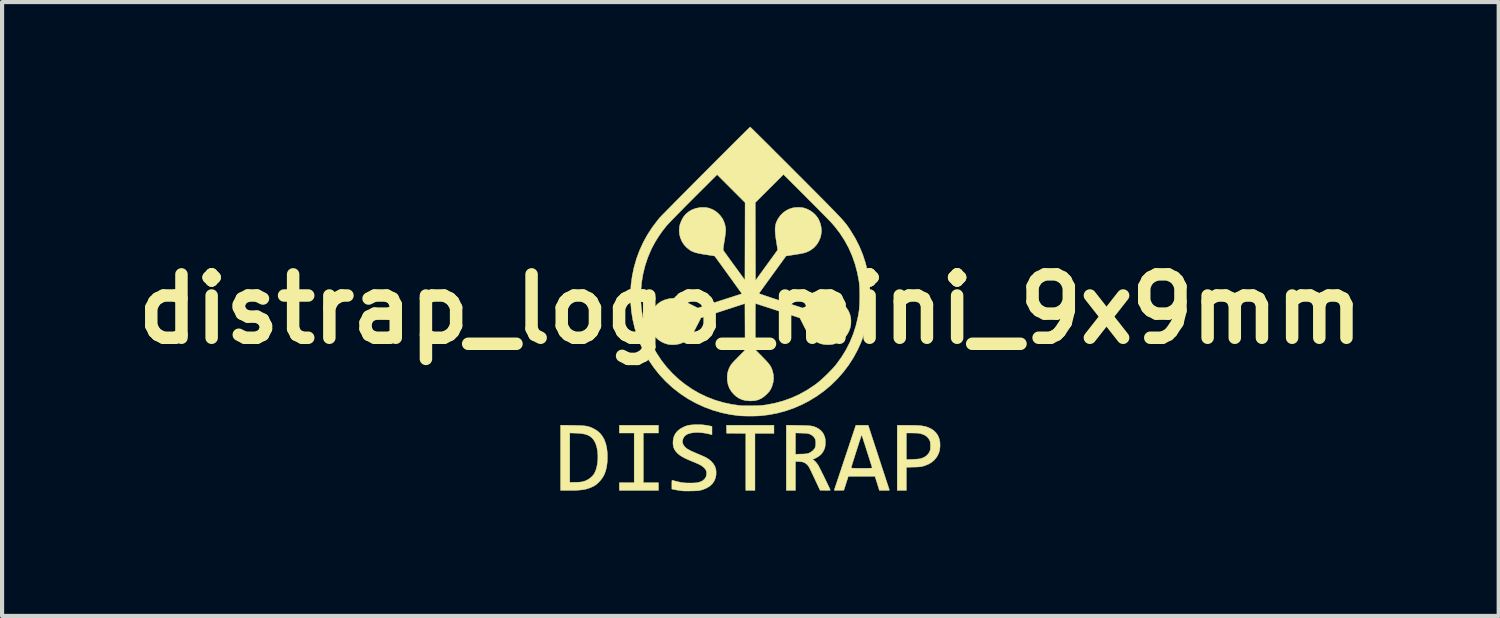
<source format=kicad_pcb>
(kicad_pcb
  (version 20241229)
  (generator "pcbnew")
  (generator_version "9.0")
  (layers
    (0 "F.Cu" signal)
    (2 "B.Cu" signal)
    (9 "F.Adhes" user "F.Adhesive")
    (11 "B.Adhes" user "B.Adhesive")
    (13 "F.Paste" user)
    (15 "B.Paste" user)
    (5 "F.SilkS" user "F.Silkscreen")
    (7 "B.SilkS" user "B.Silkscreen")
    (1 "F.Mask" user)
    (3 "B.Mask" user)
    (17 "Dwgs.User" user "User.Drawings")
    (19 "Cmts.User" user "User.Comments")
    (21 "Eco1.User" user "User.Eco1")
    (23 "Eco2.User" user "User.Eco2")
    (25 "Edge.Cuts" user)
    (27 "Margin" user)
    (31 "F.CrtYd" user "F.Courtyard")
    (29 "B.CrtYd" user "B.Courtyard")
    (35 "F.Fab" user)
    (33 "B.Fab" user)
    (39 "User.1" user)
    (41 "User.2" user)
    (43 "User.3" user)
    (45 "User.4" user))
  (footprint "distrap_logo_mini_9x9mm"
    (layer "F.Cu")
    (at 14.993 4.382)
    (property "Reference" "distrap_logo_mini_9x9mm" (at 0 0 0) (layer "F.SilkS") (effects (font (size 1.524 1.524) (thickness 0.3))))
    (attr through_hole)
    (fp_poly (pts (xy 0.567 2.989) (xy 0.11 2.989) (xy 0.11 4.36) (xy -0.11 4.36) (xy -0.11 2.989) (xy -0.341 2.987) (xy -0.572 2.985) (xy -0.576 2.794) (xy 0.567 2.794) (xy 0.567 2.989)) (stroke (width 0.01) (type solid)) (fill yes) (layer "F.SilkS"))
    (fp_poly (pts (xy -2.21 2.98) (xy -2.574 2.98) (xy -2.574 4.174) (xy -2.21 4.174) (xy -2.21 4.36) (xy -3.15 4.36) (xy -3.15 4.174) (xy -2.794 4.174) (xy -2.794 2.98) (xy -3.15 2.98) (xy -3.15 2.794) (xy -2.21 2.794) (xy -2.21 2.98)) (stroke (width 0.01) (type solid)) (fill yes) (layer "F.SilkS"))
    (fp_poly (pts (xy 3.782 2.794) (xy 3.879 2.795) (xy 3.96 2.796) (xy 4.029 2.799) (xy 4.087 2.803) (xy 4.138 2.81) (xy 4.182 2.818) (xy 4.222 2.828) (xy 4.252 2.837) (xy 4.336 2.873) (xy 4.408 2.92) (xy 4.466 2.977) (xy 4.511 3.044) (xy 4.542 3.121) (xy 4.559 3.206) (xy 4.561 3.298) (xy 4.553 3.377) (xy 4.536 3.446) (xy 4.508 3.51) (xy 4.478 3.561) (xy 4.425 3.627) (xy 4.361 3.682) (xy 4.286 3.727) (xy 4.197 3.764) (xy 4.17 3.772) (xy 4.142 3.78) (xy 4.116 3.786) (xy 4.089 3.791) (xy 4.058 3.794) (xy 4.02 3.796) (xy 3.97 3.798) (xy 3.922 3.799) (xy 3.751 3.804) (xy 3.751 4.36) (xy 3.531 4.36) (xy 3.531 2.98) (xy 3.751 2.98) (xy 3.751 3.618) (xy 3.901 3.613) (xy 3.963 3.61) (xy 4.017 3.606) (xy 4.061 3.602) (xy 4.091 3.596) (xy 4.096 3.595) (xy 4.168 3.569) (xy 4.227 3.533) (xy 4.273 3.488) (xy 4.308 3.432) (xy 4.308 3.43) (xy 4.318 3.407) (xy 4.325 3.386) (xy 4.329 3.362) (xy 4.33 3.33) (xy 4.33 3.289) (xy 4.329 3.244) (xy 4.327 3.21) (xy 4.322 3.185) (xy 4.315 3.163) (xy 4.312 3.158) (xy 4.279 3.102) (xy 4.233 3.057) (xy 4.175 3.022) (xy 4.103 2.998) (xy 4.102 2.997) (xy 4.072 2.99) (xy 4.04 2.986) (xy 4.004 2.982) (xy 3.96 2.981) (xy 3.902 2.98) (xy 3.893 2.98) (xy 3.751 2.98) (xy 3.531 2.98) (xy 3.531 2.794) (xy 3.782 2.794)) (stroke (width 0.01) (type solid)) (fill yes) (layer "F.SilkS"))
    (fp_poly (pts (xy -4.282 2.796) (xy -4.191 2.798) (xy -4.114 2.8) (xy -4.05 2.803) (xy -3.996 2.807) (xy -3.95 2.813) (xy -3.91 2.821) (xy -3.874 2.831) (xy -3.839 2.843) (xy -3.803 2.859) (xy -3.768 2.876) (xy -3.687 2.924) (xy -3.617 2.984) (xy -3.56 3.055) (xy -3.513 3.138) (xy -3.478 3.234) (xy -3.453 3.342) (xy -3.44 3.462) (xy -3.438 3.556) (xy -3.442 3.679) (xy -3.456 3.79) (xy -3.48 3.889) (xy -3.513 3.978) (xy -3.558 4.057) (xy -3.614 4.13) (xy -3.641 4.158) (xy -3.677 4.193) (xy -3.707 4.219) (xy -3.738 4.24) (xy -3.772 4.26) (xy -3.793 4.27) (xy -3.846 4.294) (xy -3.899 4.313) (xy -3.953 4.329) (xy -4.011 4.341) (xy -4.076 4.349) (xy -4.149 4.355) (xy -4.234 4.359) (xy -4.333 4.36) (xy -4.362 4.36) (xy -4.564 4.36) (xy -4.564 4.166) (xy -4.343 4.166) (xy -4.223 4.165) (xy -4.162 4.164) (xy -4.107 4.161) (xy -4.061 4.156) (xy -4.043 4.153) (xy -3.966 4.13) (xy -3.895 4.094) (xy -3.832 4.048) (xy -3.78 3.995) (xy -3.754 3.957) (xy -3.72 3.886) (xy -3.695 3.803) (xy -3.677 3.712) (xy -3.668 3.616) (xy -3.667 3.519) (xy -3.674 3.423) (xy -3.69 3.332) (xy -3.715 3.249) (xy -3.734 3.204) (xy -3.767 3.147) (xy -3.806 3.099) (xy -3.852 3.061) (xy -3.907 3.031) (xy -3.973 3.009) (xy -4.051 2.994) (xy -4.143 2.985) (xy -4.197 2.983) (xy -4.343 2.978) (xy -4.343 4.166) (xy -4.564 4.166) (xy -4.564 2.792) (xy -4.282 2.796)) (stroke (width 0.01) (type solid)) (fill yes) (layer "F.SilkS"))
    (fp_poly (pts (xy 3.086 3.567) (xy 3.122 3.677) (xy 3.156 3.783) (xy 3.189 3.883) (xy 3.22 3.976) (xy 3.248 4.062) (xy 3.273 4.139) (xy 3.295 4.205) (xy 3.313 4.26) (xy 3.327 4.304) (xy 3.337 4.333) (xy 3.342 4.348) (xy 3.342 4.35) (xy 3.34 4.354) (xy 3.328 4.357) (xy 3.305 4.359) (xy 3.269 4.36) (xy 3.223 4.36) (xy 3.101 4.36) (xy 3.095 4.337) (xy 3.091 4.322) (xy 3.082 4.293) (xy 3.07 4.255) (xy 3.056 4.21) (xy 3.043 4.168) (xy 2.996 4.022) (xy 2.355 4.022) (xy 2.301 4.189) (xy 2.247 4.356) (xy 2.13 4.358) (xy 2.082 4.359) (xy 2.049 4.359) (xy 2.028 4.357) (xy 2.018 4.354) (xy 2.017 4.35) (xy 2.02 4.341) (xy 2.028 4.316) (xy 2.041 4.278) (xy 2.058 4.227) (xy 2.079 4.165) (xy 2.103 4.092) (xy 2.131 4.009) (xy 2.161 3.919) (xy 2.194 3.821) (xy 2.195 3.816) (xy 2.423 3.816) (xy 2.425 3.819) (xy 2.432 3.822) (xy 2.445 3.824) (xy 2.466 3.825) (xy 2.497 3.826) (xy 2.539 3.827) (xy 2.594 3.827) (xy 2.664 3.827) (xy 2.675 3.827) (xy 2.748 3.827) (xy 2.805 3.827) (xy 2.849 3.826) (xy 2.881 3.826) (xy 2.903 3.824) (xy 2.917 3.822) (xy 2.925 3.82) (xy 2.928 3.816) (xy 2.927 3.812) (xy 2.927 3.809) (xy 2.922 3.791) (xy 2.912 3.76) (xy 2.899 3.718) (xy 2.883 3.667) (xy 2.865 3.609) (xy 2.845 3.545) (xy 2.823 3.478) (xy 2.801 3.409) (xy 2.779 3.34) (xy 2.758 3.273) (xy 2.738 3.211) (xy 2.719 3.154) (xy 2.704 3.105) (xy 2.691 3.066) (xy 2.681 3.038) (xy 2.676 3.024) (xy 2.675 3.023) (xy 2.672 3.031) (xy 2.665 3.053) (xy 2.653 3.087) (xy 2.639 3.132) (xy 2.621 3.185) (xy 2.602 3.246) (xy 2.581 3.311) (xy 2.559 3.379) (xy 2.537 3.448) (xy 2.515 3.516) (xy 2.495 3.582) (xy 2.475 3.643) (xy 2.458 3.698) (xy 2.444 3.744) (xy 2.433 3.781) (xy 2.425 3.805) (xy 2.424 3.811) (xy 2.423 3.816) (xy 2.195 3.816) (xy 2.228 3.717) (xy 2.264 3.609) (xy 2.278 3.567) (xy 2.536 2.794) (xy 2.833 2.794) (xy 3.086 3.567)) (stroke (width 0.01) (type solid)) (fill yes) (layer "F.SilkS"))
    (fp_poly (pts (xy 1.145 2.796) (xy 1.232 2.798) (xy 1.305 2.799) (xy 1.364 2.802) (xy 1.413 2.805) (xy 1.454 2.809) (xy 1.488 2.815) (xy 1.519 2.822) (xy 1.547 2.832) (xy 1.575 2.843) (xy 1.598 2.854) (xy 1.665 2.895) (xy 1.721 2.947) (xy 1.762 3.009) (xy 1.79 3.081) (xy 1.795 3.1) (xy 1.8 3.139) (xy 1.803 3.189) (xy 1.802 3.236) (xy 1.799 3.28) (xy 1.795 3.312) (xy 1.789 3.338) (xy 1.778 3.366) (xy 1.771 3.383) (xy 1.753 3.418) (xy 1.732 3.452) (xy 1.714 3.476) (xy 1.682 3.509) (xy 1.639 3.542) (xy 1.592 3.572) (xy 1.546 3.594) (xy 1.54 3.596) (xy 1.515 3.606) (xy 1.501 3.615) (xy 1.498 3.622) (xy 1.506 3.624) (xy 1.52 3.63) (xy 1.54 3.647) (xy 1.565 3.671) (xy 1.59 3.7) (xy 1.613 3.73) (xy 1.626 3.748) (xy 1.636 3.766) (xy 1.652 3.796) (xy 1.672 3.835) (xy 1.697 3.883) (xy 1.723 3.937) (xy 1.752 3.994) (xy 1.781 4.054) (xy 1.81 4.113) (xy 1.838 4.17) (xy 1.863 4.223) (xy 1.885 4.269) (xy 1.903 4.307) (xy 1.915 4.335) (xy 1.921 4.351) (xy 1.922 4.353) (xy 1.914 4.356) (xy 1.892 4.358) (xy 1.859 4.359) (xy 1.818 4.359) (xy 1.799 4.358) (xy 1.676 4.356) (xy 1.554 4.096) (xy 1.517 4.017) (xy 1.486 3.952) (xy 1.461 3.899) (xy 1.44 3.856) (xy 1.423 3.823) (xy 1.408 3.797) (xy 1.396 3.777) (xy 1.384 3.761) (xy 1.372 3.747) (xy 1.359 3.735) (xy 1.352 3.728) (xy 1.312 3.698) (xy 1.266 3.679) (xy 1.209 3.669) (xy 1.154 3.666) (xy 1.084 3.666) (xy 1.084 4.36) (xy 0.864 4.36) (xy 0.864 3.49) (xy 1.084 3.49) (xy 1.221 3.486) (xy 1.276 3.485) (xy 1.317 3.482) (xy 1.348 3.479) (xy 1.373 3.474) (xy 1.395 3.468) (xy 1.409 3.463) (xy 1.459 3.437) (xy 1.505 3.4) (xy 1.542 3.358) (xy 1.552 3.34) (xy 1.564 3.306) (xy 1.571 3.261) (xy 1.572 3.213) (xy 1.568 3.165) (xy 1.558 3.125) (xy 1.552 3.111) (xy 1.517 3.064) (xy 1.469 3.026) (xy 1.425 3.005) (xy 1.404 2.998) (xy 1.382 2.993) (xy 1.356 2.989) (xy 1.323 2.986) (xy 1.278 2.984) (xy 1.23 2.982) (xy 1.084 2.978) (xy 1.084 3.49) (xy 0.864 3.49) (xy 0.864 2.792) (xy 1.145 2.796)) (stroke (width 0.01) (type solid)) (fill yes) (layer "F.SilkS"))
    (fp_poly (pts (xy -1.136 2.784) (xy -1.051 2.795) (xy -0.967 2.811) (xy -0.923 2.821) (xy -0.923 3.02) (xy -1.004 3.001) (xy -1.089 2.983) (xy -1.176 2.972) (xy -1.26 2.966) (xy -1.336 2.968) (xy -1.371 2.971) (xy -1.445 2.984) (xy -1.504 3.003) (xy -1.551 3.028) (xy -1.587 3.061) (xy -1.612 3.101) (xy -1.631 3.154) (xy -1.633 3.206) (xy -1.617 3.255) (xy -1.586 3.302) (xy -1.559 3.329) (xy -1.535 3.349) (xy -1.508 3.368) (xy -1.474 3.387) (xy -1.433 3.408) (xy -1.381 3.432) (xy -1.318 3.46) (xy -1.251 3.488) (xy -1.178 3.519) (xy -1.119 3.545) (xy -1.07 3.569) (xy -1.03 3.592) (xy -0.995 3.616) (xy -0.964 3.641) (xy -0.944 3.659) (xy -0.89 3.719) (xy -0.853 3.782) (xy -0.83 3.852) (xy -0.824 3.902) (xy -0.825 3.989) (xy -0.842 4.068) (xy -0.873 4.14) (xy -0.918 4.203) (xy -0.978 4.258) (xy -1.051 4.303) (xy -1.137 4.339) (xy -1.185 4.353) (xy -1.214 4.359) (xy -1.243 4.364) (xy -1.276 4.368) (xy -1.315 4.37) (xy -1.365 4.372) (xy -1.427 4.373) (xy -1.481 4.374) (xy -1.53 4.374) (xy -1.573 4.374) (xy -1.606 4.373) (xy -1.625 4.372) (xy -1.626 4.372) (xy -1.663 4.367) (xy -1.707 4.361) (xy -1.752 4.354) (xy -1.795 4.346) (xy -1.831 4.34) (xy -1.854 4.335) (xy -1.856 4.334) (xy -1.888 4.326) (xy -1.888 4.219) (xy -1.888 4.175) (xy -1.887 4.146) (xy -1.886 4.128) (xy -1.883 4.119) (xy -1.878 4.117) (xy -1.87 4.118) (xy -1.869 4.118) (xy -1.811 4.135) (xy -1.749 4.15) (xy -1.691 4.163) (xy -1.642 4.172) (xy -1.631 4.173) (xy -1.589 4.178) (xy -1.537 4.181) (xy -1.479 4.182) (xy -1.42 4.182) (xy -1.364 4.181) (xy -1.316 4.178) (xy -1.279 4.174) (xy -1.275 4.173) (xy -1.206 4.155) (xy -1.148 4.127) (xy -1.104 4.09) (xy -1.073 4.045) (xy -1.062 4.019) (xy -1.051 3.96) (xy -1.055 3.909) (xy -1.074 3.862) (xy -1.109 3.818) (xy -1.137 3.793) (xy -1.17 3.769) (xy -1.21 3.745) (xy -1.261 3.72) (xy -1.323 3.693) (xy -1.389 3.666) (xy -1.476 3.63) (xy -1.55 3.597) (xy -1.611 3.566) (xy -1.661 3.537) (xy -1.704 3.508) (xy -1.74 3.478) (xy -1.746 3.473) (xy -1.793 3.422) (xy -1.827 3.372) (xy -1.848 3.319) (xy -1.859 3.258) (xy -1.861 3.23) (xy -1.857 3.145) (xy -1.839 3.068) (xy -1.805 2.998) (xy -1.757 2.937) (xy -1.694 2.885) (xy -1.624 2.845) (xy -1.576 2.823) (xy -1.533 2.807) (xy -1.491 2.795) (xy -1.445 2.788) (xy -1.392 2.783) (xy -1.327 2.78) (xy -1.317 2.78) (xy -1.222 2.779) (xy -1.136 2.784)) (stroke (width 0.01) (type solid)) (fill yes) (layer "F.SilkS"))
    (fp_poly (pts (xy 0.003 -4.371) (xy 0.021 -4.354) (xy 0.05 -4.326) (xy 0.089 -4.288) (xy 0.137 -4.24) (xy 0.195 -4.183) (xy 0.261 -4.117) (xy 0.335 -4.044) (xy 0.416 -3.964) (xy 0.503 -3.877) (xy 0.596 -3.783) (xy 0.695 -3.685) (xy 0.799 -3.581) (xy 0.907 -3.474) (xy 1.018 -3.362) (xy 1.097 -3.283) (xy 1.235 -3.145) (xy 1.362 -3.018) (xy 1.478 -2.901) (xy 1.583 -2.796) (xy 1.679 -2.699) (xy 1.766 -2.612) (xy 1.844 -2.533) (xy 1.914 -2.461) (xy 1.977 -2.397) (xy 2.033 -2.34) (xy 2.082 -2.288) (xy 2.126 -2.242) (xy 2.165 -2.201) (xy 2.199 -2.164) (xy 2.228 -2.131) (xy 2.255 -2.1) (xy 2.278 -2.072) (xy 2.299 -2.046) (xy 2.318 -2.021) (xy 2.336 -1.996) (xy 2.353 -1.972) (xy 2.371 -1.946) (xy 2.388 -1.92) (xy 2.407 -1.892) (xy 2.409 -1.888) (xy 2.522 -1.703) (xy 2.618 -1.513) (xy 2.7 -1.316) (xy 2.767 -1.112) (xy 2.82 -0.899) (xy 2.858 -0.682) (xy 2.864 -0.629) (xy 2.869 -0.564) (xy 2.872 -0.489) (xy 2.875 -0.408) (xy 2.877 -0.326) (xy 2.877 -0.245) (xy 2.876 -0.17) (xy 2.874 -0.104) (xy 2.871 -0.058) (xy 2.842 0.162) (xy 2.798 0.377) (xy 2.739 0.586) (xy 2.665 0.789) (xy 2.577 0.984) (xy 2.475 1.172) (xy 2.359 1.351) (xy 2.23 1.521) (xy 2.089 1.681) (xy 1.936 1.83) (xy 1.772 1.968) (xy 1.596 2.094) (xy 1.409 2.208) (xy 1.251 2.29) (xy 1.053 2.377) (xy 0.853 2.447) (xy 0.65 2.502) (xy 0.44 2.542) (xy 0.246 2.565) (xy 0.195 2.568) (xy 0.132 2.571) (xy 0.062 2.572) (xy -0.013 2.572) (xy -0.088 2.572) (xy -0.158 2.57) (xy -0.22 2.568) (xy -0.267 2.565) (xy -0.483 2.536) (xy -0.697 2.491) (xy -0.906 2.43) (xy -1.11 2.354) (xy -1.308 2.263) (xy -1.499 2.157) (xy -1.681 2.037) (xy -1.854 1.903) (xy -1.884 1.878) (xy -2.044 1.729) (xy -2.19 1.571) (xy -2.323 1.403) (xy -2.443 1.228) (xy -2.548 1.045) (xy -2.64 0.855) (xy -2.717 0.66) (xy -2.78 0.459) (xy -2.828 0.255) (xy -2.861 0.048) (xy -2.879 -0.162) (xy -2.88 -0.221) (xy -2.636 -0.221) (xy -2.621 -0.016) (xy -2.59 0.187) (xy -2.543 0.389) (xy -2.48 0.587) (xy -2.402 0.781) (xy -2.358 0.873) (xy -2.255 1.059) (xy -2.14 1.234) (xy -2.011 1.398) (xy -1.869 1.552) (xy -1.714 1.696) (xy -1.579 1.803) (xy -1.406 1.923) (xy -1.225 2.028) (xy -1.036 2.117) (xy -0.842 2.192) (xy -0.641 2.25) (xy -0.436 2.293) (xy -0.373 2.302) (xy -0.322 2.309) (xy -0.281 2.315) (xy -0.246 2.319) (xy -0.213 2.322) (xy -0.181 2.324) (xy -0.146 2.325) (xy -0.104 2.325) (xy -0.053 2.325) (xy 0.011 2.324) (xy 0.038 2.324) (xy 0.117 2.323) (xy 0.183 2.321) (xy 0.238 2.318) (xy 0.287 2.314) (xy 0.333 2.309) (xy 0.377 2.303) (xy 0.588 2.263) (xy 0.792 2.207) (xy 0.988 2.137) (xy 1.178 2.051) (xy 1.362 1.949) (xy 1.54 1.831) (xy 1.602 1.785) (xy 1.654 1.743) (xy 1.714 1.691) (xy 1.778 1.632) (xy 1.844 1.569) (xy 1.908 1.504) (xy 1.969 1.441) (xy 2.022 1.382) (xy 2.065 1.331) (xy 2.066 1.329) (xy 2.191 1.157) (xy 2.301 0.978) (xy 2.395 0.792) (xy 2.474 0.599) (xy 2.538 0.398) (xy 2.588 0.189) (xy 2.609 0.068) (xy 2.617 0.006) (xy 2.623 -0.068) (xy 2.627 -0.152) (xy 2.629 -0.241) (xy 2.63 -0.332) (xy 2.629 -0.421) (xy 2.626 -0.505) (xy 2.622 -0.581) (xy 2.615 -0.644) (xy 2.614 -0.656) (xy 2.573 -0.872) (xy 2.518 -1.08) (xy 2.448 -1.28) (xy 2.364 -1.471) (xy 2.264 -1.654) (xy 2.15 -1.829) (xy 2.021 -1.996) (xy 1.941 -2.087) (xy 1.92 -2.109) (xy 1.889 -2.141) (xy 1.848 -2.183) (xy 1.798 -2.234) (xy 1.741 -2.292) (xy 1.677 -2.357) (xy 1.607 -2.428) (xy 1.533 -2.502) (xy 1.455 -2.58) (xy 1.375 -2.66) (xy 1.322 -2.714) (xy 0.796 -3.238) (xy 0.118 -2.561) (xy 0.123 -0.687) (xy 0.39 -1.055) (xy 0.657 -1.422) (xy 0.625 -1.623) (xy 0.61 -1.722) (xy 0.6 -1.806) (xy 0.595 -1.879) (xy 0.595 -1.942) (xy 0.601 -1.998) (xy 0.612 -2.05) (xy 0.629 -2.099) (xy 0.653 -2.147) (xy 0.671 -2.18) (xy 0.725 -2.255) (xy 0.792 -2.321) (xy 0.87 -2.375) (xy 0.956 -2.415) (xy 0.967 -2.419) (xy 1.031 -2.436) (xy 1.105 -2.445) (xy 1.181 -2.446) (xy 1.253 -2.439) (xy 1.274 -2.435) (xy 1.357 -2.408) (xy 1.437 -2.368) (xy 1.51 -2.316) (xy 1.573 -2.255) (xy 1.624 -2.187) (xy 1.645 -2.15) (xy 1.683 -2.055) (xy 1.704 -1.96) (xy 1.709 -1.865) (xy 1.696 -1.771) (xy 1.679 -1.708) (xy 1.639 -1.619) (xy 1.587 -1.54) (xy 1.523 -1.472) (xy 1.446 -1.416) (xy 1.401 -1.392) (xy 1.375 -1.38) (xy 1.351 -1.369) (xy 1.327 -1.36) (xy 1.299 -1.352) (xy 1.267 -1.344) (xy 1.227 -1.336) (xy 1.177 -1.327) (xy 1.116 -1.317) (xy 1.04 -1.305) (xy 1.032 -1.304) (xy 0.858 -1.277) (xy 0.533 -0.829) (xy 0.477 -0.752) (xy 0.424 -0.679) (xy 0.375 -0.611) (xy 0.33 -0.549) (xy 0.291 -0.495) (xy 0.258 -0.449) (xy 0.233 -0.414) (xy 0.215 -0.389) (xy 0.206 -0.376) (xy 0.205 -0.375) (xy 0.213 -0.371) (xy 0.235 -0.363) (xy 0.271 -0.35) (xy 0.319 -0.334) (xy 0.378 -0.314) (xy 0.446 -0.291) (xy 0.522 -0.265) (xy 0.605 -0.238) (xy 0.694 -0.209) (xy 0.732 -0.197) (xy 1.26 -0.025) (xy 1.471 -0.13) (xy 1.543 -0.165) (xy 1.604 -0.194) (xy 1.654 -0.216) (xy 1.696 -0.232) (xy 1.734 -0.244) (xy 1.768 -0.251) (xy 1.802 -0.256) (xy 1.838 -0.257) (xy 1.867 -0.257) (xy 1.964 -0.248) (xy 2.055 -0.224) (xy 2.139 -0.184) (xy 2.218 -0.128) (xy 2.239 -0.109) (xy 2.307 -0.036) (xy 2.358 0.042) (xy 2.394 0.127) (xy 2.414 0.218) (xy 2.419 0.271) (xy 2.416 0.367) (xy 2.397 0.46) (xy 2.364 0.546) (xy 2.317 0.626) (xy 2.258 0.696) (xy 2.186 0.756) (xy 2.112 0.8) (xy 2.051 0.827) (xy 1.992 0.844) (xy 1.93 0.854) (xy 1.863 0.856) (xy 1.773 0.851) (xy 1.693 0.834) (xy 1.618 0.804) (xy 1.542 0.759) (xy 1.527 0.749) (xy 1.496 0.725) (xy 1.467 0.698) (xy 1.44 0.668) (xy 1.413 0.632) (xy 1.385 0.587) (xy 1.353 0.533) (xy 1.318 0.466) (xy 1.29 0.411) (xy 1.263 0.358) (xy 1.239 0.31) (xy 1.219 0.27) (xy 1.203 0.239) (xy 1.193 0.219) (xy 1.189 0.213) (xy 1.181 0.21) (xy 1.158 0.202) (xy 1.123 0.191) (xy 1.075 0.175) (xy 1.018 0.156) (xy 0.953 0.135) (xy 0.881 0.111) (xy 0.804 0.086) (xy 0.723 0.06) (xy 0.64 0.032) (xy 0.556 0.005) (xy 0.474 -0.022) (xy 0.394 -0.048) (xy 0.318 -0.072) (xy 0.248 -0.095) (xy 0.185 -0.115) (xy 0.133 -0.132) (xy 0.13 -0.132) (xy 0.128 -0.13) (xy 0.126 -0.124) (xy 0.124 -0.114) (xy 0.122 -0.097) (xy 0.121 -0.074) (xy 0.12 -0.042) (xy 0.12 -0.001) (xy 0.119 0.051) (xy 0.119 0.115) (xy 0.119 0.192) (xy 0.119 0.283) (xy 0.119 0.39) (xy 0.119 0.42) (xy 0.119 0.977) (xy 0.282 1.142) (xy 0.34 1.202) (xy 0.387 1.251) (xy 0.424 1.293) (xy 0.454 1.33) (xy 0.477 1.364) (xy 0.496 1.396) (xy 0.511 1.429) (xy 0.525 1.465) (xy 0.529 1.478) (xy 0.552 1.571) (xy 0.558 1.665) (xy 0.548 1.76) (xy 0.521 1.853) (xy 0.499 1.905) (xy 0.479 1.943) (xy 0.458 1.975) (xy 0.431 2.006) (xy 0.397 2.043) (xy 0.39 2.049) (xy 0.322 2.109) (xy 0.252 2.154) (xy 0.178 2.185) (xy 0.098 2.203) (xy 0.008 2.208) (xy -0.025 2.207) (xy -0.119 2.198) (xy -0.202 2.177) (xy -0.277 2.143) (xy -0.347 2.095) (xy -0.394 2.053) (xy -0.457 1.98) (xy -0.505 1.9) (xy -0.537 1.814) (xy -0.554 1.719) (xy -0.557 1.684) (xy -0.556 1.6) (xy -0.545 1.524) (xy -0.523 1.451) (xy -0.497 1.395) (xy -0.486 1.373) (xy -0.474 1.353) (xy -0.46 1.332) (xy -0.442 1.31) (xy -0.419 1.283) (xy -0.389 1.251) (xy -0.349 1.211) (xy -0.3 1.16) (xy -0.295 1.155) (xy -0.127 0.985) (xy -0.129 0.426) (xy -0.131 -0.133) (xy -0.351 -0.062) (xy -0.414 -0.041) (xy -0.488 -0.017) (xy -0.571 0.01) (xy -0.659 0.038) (xy -0.747 0.067) (xy -0.832 0.095) (xy -0.881 0.111) (xy -1.19 0.211) (xy -1.21 0.252) (xy -1.219 0.271) (xy -1.235 0.303) (xy -1.256 0.344) (xy -1.281 0.391) (xy -1.307 0.442) (xy -1.315 0.457) (xy -1.343 0.512) (xy -1.366 0.555) (xy -1.385 0.588) (xy -1.402 0.614) (xy -1.419 0.637) (xy -1.437 0.658) (xy -1.459 0.681) (xy -1.473 0.695) (xy -1.545 0.758) (xy -1.621 0.804) (xy -1.702 0.836) (xy -1.79 0.853) (xy -1.863 0.857) (xy -1.937 0.854) (xy -2.004 0.841) (xy -2.071 0.818) (xy -2.125 0.794) (xy -2.203 0.745) (xy -2.272 0.683) (xy -2.33 0.609) (xy -2.377 0.524) (xy -2.394 0.481) (xy -2.404 0.454) (xy -2.41 0.429) (xy -2.414 0.403) (xy -2.416 0.371) (xy -2.417 0.328) (xy -2.417 0.305) (xy -2.415 0.233) (xy -2.408 0.173) (xy -2.396 0.121) (xy -2.376 0.071) (xy -2.348 0.019) (xy -2.348 0.018) (xy -2.291 -0.062) (xy -2.225 -0.128) (xy -2.149 -0.181) (xy -2.063 -0.22) (xy -1.967 -0.247) (xy -1.923 -0.254) (xy -1.879 -0.259) (xy -1.837 -0.26) (xy -1.796 -0.257) (xy -1.753 -0.249) (xy -1.707 -0.235) (xy -1.654 -0.216) (xy -1.594 -0.189) (xy -1.522 -0.155) (xy -1.455 -0.122) (xy -1.263 -0.025) (xy -0.756 -0.19) (xy -0.667 -0.219) (xy -0.582 -0.246) (xy -0.502 -0.272) (xy -0.43 -0.295) (xy -0.367 -0.316) (xy -0.313 -0.333) (xy -0.271 -0.346) (xy -0.242 -0.356) (xy -0.227 -0.36) (xy -0.226 -0.36) (xy -0.21 -0.365) (xy -0.203 -0.369) (xy -0.208 -0.376) (xy -0.222 -0.395) (xy -0.243 -0.426) (xy -0.272 -0.465) (xy -0.307 -0.513) (xy -0.346 -0.568) (xy -0.39 -0.628) (xy -0.436 -0.693) (xy -0.484 -0.76) (xy -0.534 -0.828) (xy -0.583 -0.896) (xy -0.631 -0.963) (xy -0.677 -1.026) (xy -0.72 -1.086) (xy -0.76 -1.14) (xy -0.794 -1.187) (xy -0.822 -1.225) (xy -0.843 -1.254) (xy -0.856 -1.272) (xy -0.858 -1.276) (xy -0.867 -1.277) (xy -0.889 -1.281) (xy -0.924 -1.287) (xy -0.969 -1.294) (xy -1.021 -1.302) (xy -1.058 -1.308) (xy -1.144 -1.321) (xy -1.216 -1.334) (xy -1.275 -1.347) (xy -1.324 -1.36) (xy -1.365 -1.374) (xy -1.402 -1.389) (xy -1.435 -1.407) (xy -1.457 -1.421) (xy -1.531 -1.479) (xy -1.594 -1.547) (xy -1.644 -1.624) (xy -1.681 -1.708) (xy -1.704 -1.797) (xy -1.712 -1.888) (xy -1.705 -1.979) (xy -1.693 -2.032) (xy -1.658 -2.127) (xy -1.612 -2.211) (xy -1.553 -2.283) (xy -1.483 -2.342) (xy -1.404 -2.389) (xy -1.315 -2.422) (xy -1.218 -2.441) (xy -1.173 -2.445) (xy -1.099 -2.445) (xy -1.035 -2.437) (xy -0.974 -2.421) (xy -0.911 -2.395) (xy -0.899 -2.39) (xy -0.836 -2.352) (xy -0.774 -2.301) (xy -0.718 -2.241) (xy -0.672 -2.177) (xy -0.653 -2.142) (xy -0.617 -2.051) (xy -0.597 -1.959) (xy -0.593 -1.897) (xy -0.594 -1.873) (xy -0.598 -1.835) (xy -0.604 -1.787) (xy -0.611 -1.731) (xy -0.62 -1.672) (xy -0.626 -1.634) (xy -0.636 -1.57) (xy -0.644 -1.52) (xy -0.649 -1.482) (xy -0.652 -1.455) (xy -0.653 -1.436) (xy -0.652 -1.423) (xy -0.65 -1.413) (xy -0.646 -1.406) (xy -0.645 -1.404) (xy -0.637 -1.393) (xy -0.621 -1.37) (xy -0.596 -1.336) (xy -0.565 -1.292) (xy -0.527 -1.24) (xy -0.485 -1.182) (xy -0.439 -1.118) (xy -0.39 -1.051) (xy -0.381 -1.039) (xy -0.131 -0.696) (xy -0.129 -1.628) (xy -0.127 -2.561) (xy -0.8 -3.234) (xy -1.366 -2.669) (xy -1.45 -2.585) (xy -1.533 -2.502) (xy -1.612 -2.422) (xy -1.687 -2.345) (xy -1.758 -2.273) (xy -1.822 -2.207) (xy -1.88 -2.148) (xy -1.929 -2.097) (xy -1.97 -2.054) (xy -2 -2.021) (xy -2.02 -1.999) (xy -2.02 -1.999) (xy -2.113 -1.881) (xy -2.201 -1.755) (xy -2.283 -1.625) (xy -2.354 -1.496) (xy -2.386 -1.431) (xy -2.468 -1.237) (xy -2.534 -1.038) (xy -2.583 -0.836) (xy -2.617 -0.632) (xy -2.634 -0.427) (xy -2.636 -0.221) (xy -2.88 -0.221) (xy -2.882 -0.373) (xy -2.87 -0.585) (xy -2.841 -0.796) (xy -2.797 -1.006) (xy -2.737 -1.215) (xy -2.666 -1.407) (xy -2.579 -1.598) (xy -2.476 -1.785) (xy -2.359 -1.965) (xy -2.228 -2.138) (xy -2.186 -2.189) (xy -2.173 -2.203) (xy -2.149 -2.228) (xy -2.115 -2.264) (xy -2.071 -2.308) (xy -2.019 -2.361) (xy -1.959 -2.422) (xy -1.892 -2.49) (xy -1.819 -2.565) (xy -1.739 -2.645) (xy -1.655 -2.73) (xy -1.566 -2.819) (xy -1.474 -2.912) (xy -1.379 -3.008) (xy -1.282 -3.105) (xy -1.184 -3.204) (xy -1.085 -3.303) (xy -0.986 -3.403) (xy -0.888 -3.501) (xy -0.791 -3.598) (xy -0.697 -3.692) (xy -0.606 -3.783) (xy -0.518 -3.871) (xy -0.435 -3.954) (xy -0.357 -4.032) (xy -0.285 -4.103) (xy -0.219 -4.168) (xy -0.161 -4.226) (xy -0.111 -4.275) (xy -0.069 -4.316) (xy -0.037 -4.347) (xy -0.016 -4.367) (xy -0.005 -4.377) (xy -0.004 -4.377) (xy 0.003 -4.371)) (stroke (width 0.01) (type solid)) (fill yes) (layer "F.SilkS")))
  (gr_rect
    (start -3 -3)
    (end 32.987 11.761)
    (stroke (width 0.1) (type default))
    (fill no)
    (layer "Edge.Cuts")))
</source>
